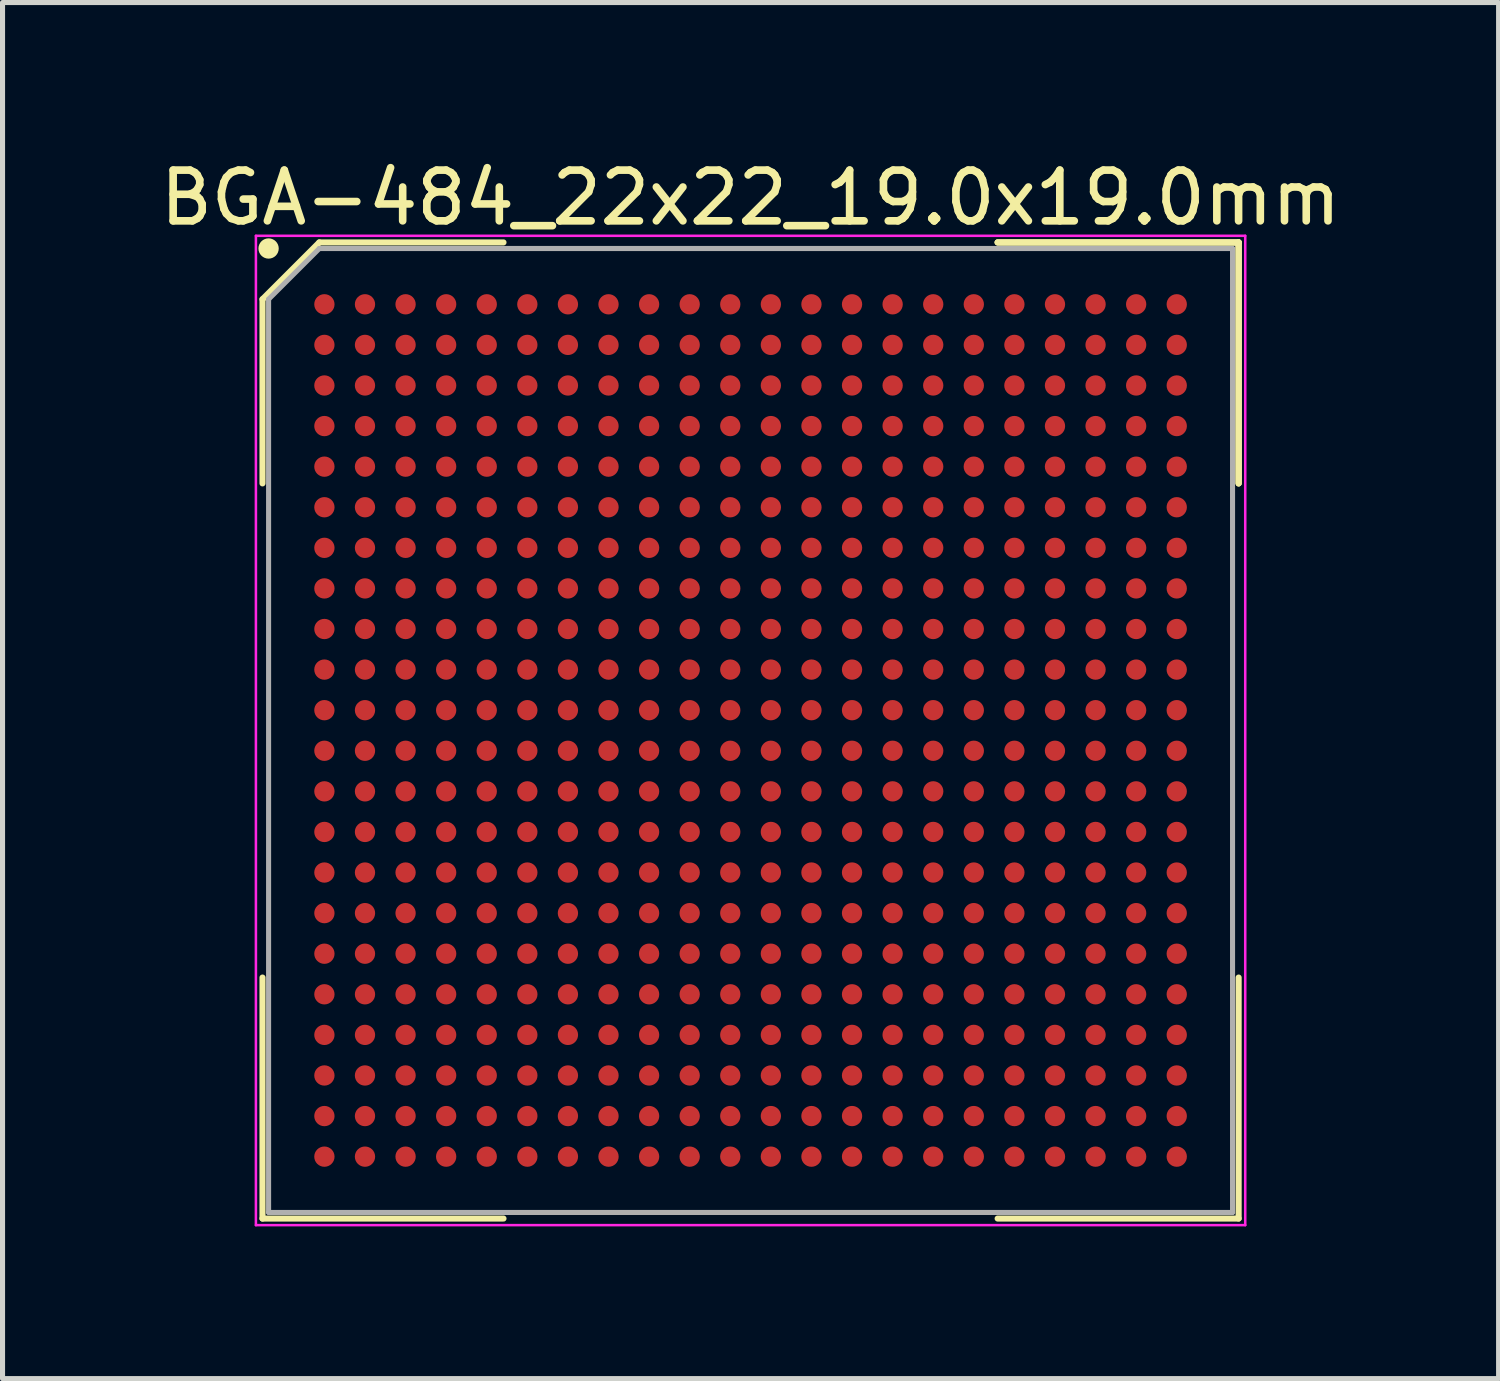
<source format=kicad_pcb>
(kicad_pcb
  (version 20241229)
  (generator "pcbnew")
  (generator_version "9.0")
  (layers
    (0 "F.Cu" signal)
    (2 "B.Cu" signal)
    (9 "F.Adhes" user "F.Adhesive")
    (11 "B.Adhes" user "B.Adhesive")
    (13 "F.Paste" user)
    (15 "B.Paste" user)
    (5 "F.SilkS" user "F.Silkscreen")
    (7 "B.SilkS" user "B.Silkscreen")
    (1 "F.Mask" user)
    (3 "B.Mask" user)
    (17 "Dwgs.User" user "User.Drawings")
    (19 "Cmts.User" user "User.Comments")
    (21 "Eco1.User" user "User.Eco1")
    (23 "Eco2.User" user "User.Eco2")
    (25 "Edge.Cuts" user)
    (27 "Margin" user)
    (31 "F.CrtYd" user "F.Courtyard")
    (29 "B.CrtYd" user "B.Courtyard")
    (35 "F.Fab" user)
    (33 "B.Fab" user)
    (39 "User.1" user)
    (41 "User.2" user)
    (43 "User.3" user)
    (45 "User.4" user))
  (footprint "BGA-484_22x22_19.0x19.0mm"
    (layer "F.Cu")
    (at 3.344 2.948)
    (property "Reference" "BGA-484_22x22_19.0x19.0mm" (at 8.4 -2.1 0) (layer "F.SilkS") (effects (font (size 1 1) (thickness 0.15))))
    (attr smd)
    (fp_line (start -1.22 -0.1) (end -1.22 3.53) (stroke (width 0.12) (type solid)) (layer "F.SilkS"))
    (fp_line (start -1.22 18.02) (end -1.22 13.27) (stroke (width 0.12) (type solid)) (layer "F.SilkS"))
    (fp_line (start -0.1 -1.22) (end -1.22 -0.1) (stroke (width 0.12) (type solid)) (layer "F.SilkS"))
    (fp_line (start 3.53 -1.22) (end -0.1 -1.22) (stroke (width 0.12) (type solid)) (layer "F.SilkS"))
    (fp_line (start 3.53 18.02) (end -1.22 18.02) (stroke (width 0.12) (type solid)) (layer "F.SilkS"))
    (fp_line (start 13.27 -1.22) (end 18.02 -1.22) (stroke (width 0.12) (type solid)) (layer "F.SilkS"))
    (fp_line (start 13.27 -1.22) (end 18.02 -1.22) (stroke (width 0.12) (type solid)) (layer "F.SilkS"))
    (fp_line (start 13.27 -1.22) (end 18.02 -1.22) (stroke (width 0.12) (type solid)) (layer "F.SilkS"))
    (fp_line (start 13.27 18.02) (end 18.02 18.02) (stroke (width 0.12) (type solid)) (layer "F.SilkS"))
    (fp_line (start 18.02 -1.22) (end 18.02 3.53) (stroke (width 0.12) (type solid)) (layer "F.SilkS"))
    (fp_line (start 18.02 -1.22) (end 18.02 3.53) (stroke (width 0.12) (type solid)) (layer "F.SilkS"))
    (fp_line (start 18.02 -1.22) (end 18.02 3.53) (stroke (width 0.12) (type solid)) (layer "F.SilkS"))
    (fp_line (start 18.02 18.02) (end 18.02 13.27) (stroke (width 0.12) (type solid)) (layer "F.SilkS"))
    (fp_circle (center -1.1 -1.1) (end -1.1 -1) (stroke (width 0.2) (type solid)) (fill no) (layer "F.SilkS"))
    (fp_line (start -1.35 -1.35) (end 18.15 -1.35) (stroke (width 0.05) (type solid)) (layer "F.CrtYd"))
    (fp_line (start -1.35 18.15) (end -1.35 -1.35) (stroke (width 0.05) (type solid)) (layer "F.CrtYd"))
    (fp_line (start 18.15 -1.35) (end 18.15 18.15) (stroke (width 0.05) (type solid)) (layer "F.CrtYd"))
    (fp_line (start 18.15 18.15) (end -1.35 18.15) (stroke (width 0.05) (type solid)) (layer "F.CrtYd"))
    (fp_line (start -1.1 -0.1) (end -1.1 17.9) (stroke (width 0.1) (type solid)) (layer "F.Fab"))
    (fp_line (start -1.1 17.9) (end 17.9 17.9) (stroke (width 0.1) (type solid)) (layer "F.Fab"))
    (fp_line (start -0.1 -1.1) (end -1.1 -0.1) (stroke (width 0.1) (type solid)) (layer "F.Fab"))
    (fp_line (start 17.9 -1.1) (end -0.1 -1.1) (stroke (width 0.1) (type solid)) (layer "F.Fab"))
    (fp_line (start 17.9 17.9) (end 17.9 -1.1) (stroke (width 0.1) (type solid)) (layer "F.Fab"))
    (pad "A1" smd circle (at 0 0) (size 0.4 0.4) (layers "F.Cu" "F.Mask" "F.Paste"))
    (pad "A2" smd circle (at 0.8 0) (size 0.4 0.4) (layers "F.Cu" "F.Mask" "F.Paste"))
    (pad "A3" smd circle (at 1.6 0) (size 0.4 0.4) (layers "F.Cu" "F.Mask" "F.Paste"))
    (pad "A4" smd circle (at 2.4 0) (size 0.4 0.4) (layers "F.Cu" "F.Mask" "F.Paste"))
    (pad "A5" smd circle (at 3.2 0) (size 0.4 0.4) (layers "F.Cu" "F.Mask" "F.Paste"))
    (pad "A6" smd circle (at 4 0) (size 0.4 0.4) (layers "F.Cu" "F.Mask" "F.Paste"))
    (pad "A7" smd circle (at 4.8 0) (size 0.4 0.4) (layers "F.Cu" "F.Mask" "F.Paste"))
    (pad "A8" smd circle (at 5.6 0) (size 0.4 0.4) (layers "F.Cu" "F.Mask" "F.Paste"))
    (pad "A9" smd circle (at 6.4 0) (size 0.4 0.4) (layers "F.Cu" "F.Mask" "F.Paste"))
    (pad "A10" smd circle (at 7.2 0) (size 0.4 0.4) (layers "F.Cu" "F.Mask" "F.Paste"))
    (pad "A11" smd circle (at 8 0) (size 0.4 0.4) (layers "F.Cu" "F.Mask" "F.Paste"))
    (pad "A12" smd circle (at 8.8 0) (size 0.4 0.4) (layers "F.Cu" "F.Mask" "F.Paste"))
    (pad "A13" smd circle (at 9.6 0) (size 0.4 0.4) (layers "F.Cu" "F.Mask" "F.Paste"))
    (pad "A14" smd circle (at 10.4 0) (size 0.4 0.4) (layers "F.Cu" "F.Mask" "F.Paste"))
    (pad "A15" smd circle (at 11.2 0) (size 0.4 0.4) (layers "F.Cu" "F.Mask" "F.Paste"))
    (pad "A16" smd circle (at 12 0) (size 0.4 0.4) (layers "F.Cu" "F.Mask" "F.Paste"))
    (pad "A17" smd circle (at 12.8 0) (size 0.4 0.4) (layers "F.Cu" "F.Mask" "F.Paste"))
    (pad "A18" smd circle (at 13.6 0) (size 0.4 0.4) (layers "F.Cu" "F.Mask" "F.Paste"))
    (pad "A19" smd circle (at 14.4 0) (size 0.4 0.4) (layers "F.Cu" "F.Mask" "F.Paste"))
    (pad "A20" smd circle (at 15.2 0) (size 0.4 0.4) (layers "F.Cu" "F.Mask" "F.Paste"))
    (pad "A21" smd circle (at 16 0) (size 0.4 0.4) (layers "F.Cu" "F.Mask" "F.Paste"))
    (pad "A22" smd circle (at 16.8 0) (size 0.4 0.4) (layers "F.Cu" "F.Mask" "F.Paste"))
    (pad "AA1" smd circle (at 0 16) (size 0.4 0.4) (layers "F.Cu" "F.Mask" "F.Paste"))
    (pad "AA2" smd circle (at 0.8 16) (size 0.4 0.4) (layers "F.Cu" "F.Mask" "F.Paste"))
    (pad "AA3" smd circle (at 1.6 16) (size 0.4 0.4) (layers "F.Cu" "F.Mask" "F.Paste"))
    (pad "AA4" smd circle (at 2.4 16) (size 0.4 0.4) (layers "F.Cu" "F.Mask" "F.Paste"))
    (pad "AA5" smd circle (at 3.2 16) (size 0.4 0.4) (layers "F.Cu" "F.Mask" "F.Paste"))
    (pad "AA6" smd circle (at 4 16) (size 0.4 0.4) (layers "F.Cu" "F.Mask" "F.Paste"))
    (pad "AA7" smd circle (at 4.8 16) (size 0.4 0.4) (layers "F.Cu" "F.Mask" "F.Paste"))
    (pad "AA8" smd circle (at 5.6 16) (size 0.4 0.4) (layers "F.Cu" "F.Mask" "F.Paste"))
    (pad "AA9" smd circle (at 6.4 16) (size 0.4 0.4) (layers "F.Cu" "F.Mask" "F.Paste"))
    (pad "AA10" smd circle (at 7.2 16) (size 0.4 0.4) (layers "F.Cu" "F.Mask" "F.Paste"))
    (pad "AA11" smd circle (at 8 16) (size 0.4 0.4) (layers "F.Cu" "F.Mask" "F.Paste"))
    (pad "AA12" smd circle (at 8.8 16) (size 0.4 0.4) (layers "F.Cu" "F.Mask" "F.Paste"))
    (pad "AA13" smd circle (at 9.6 16) (size 0.4 0.4) (layers "F.Cu" "F.Mask" "F.Paste"))
    (pad "AA14" smd circle (at 10.4 16) (size 0.4 0.4) (layers "F.Cu" "F.Mask" "F.Paste"))
    (pad "AA15" smd circle (at 11.2 16) (size 0.4 0.4) (layers "F.Cu" "F.Mask" "F.Paste"))
    (pad "AA16" smd circle (at 12 16) (size 0.4 0.4) (layers "F.Cu" "F.Mask" "F.Paste"))
    (pad "AA17" smd circle (at 12.8 16) (size 0.4 0.4) (layers "F.Cu" "F.Mask" "F.Paste"))
    (pad "AA18" smd circle (at 13.6 16) (size 0.4 0.4) (layers "F.Cu" "F.Mask" "F.Paste"))
    (pad "AA19" smd circle (at 14.4 16) (size 0.4 0.4) (layers "F.Cu" "F.Mask" "F.Paste"))
    (pad "AA20" smd circle (at 15.2 16) (size 0.4 0.4) (layers "F.Cu" "F.Mask" "F.Paste"))
    (pad "AA21" smd circle (at 16 16) (size 0.4 0.4) (layers "F.Cu" "F.Mask" "F.Paste"))
    (pad "AA22" smd circle (at 16.8 16) (size 0.4 0.4) (layers "F.Cu" "F.Mask" "F.Paste"))
    (pad "AB1" smd circle (at 0 16.8) (size 0.4 0.4) (layers "F.Cu" "F.Mask" "F.Paste"))
    (pad "AB2" smd circle (at 0.8 16.8) (size 0.4 0.4) (layers "F.Cu" "F.Mask" "F.Paste"))
    (pad "AB3" smd circle (at 1.6 16.8) (size 0.4 0.4) (layers "F.Cu" "F.Mask" "F.Paste"))
    (pad "AB4" smd circle (at 2.4 16.8) (size 0.4 0.4) (layers "F.Cu" "F.Mask" "F.Paste"))
    (pad "AB5" smd circle (at 3.2 16.8) (size 0.4 0.4) (layers "F.Cu" "F.Mask" "F.Paste"))
    (pad "AB6" smd circle (at 4 16.8) (size 0.4 0.4) (layers "F.Cu" "F.Mask" "F.Paste"))
    (pad "AB7" smd circle (at 4.8 16.8) (size 0.4 0.4) (layers "F.Cu" "F.Mask" "F.Paste"))
    (pad "AB8" smd circle (at 5.6 16.8) (size 0.4 0.4) (layers "F.Cu" "F.Mask" "F.Paste"))
    (pad "AB9" smd circle (at 6.4 16.8) (size 0.4 0.4) (layers "F.Cu" "F.Mask" "F.Paste"))
    (pad "AB10" smd circle (at 7.2 16.8) (size 0.4 0.4) (layers "F.Cu" "F.Mask" "F.Paste"))
    (pad "AB11" smd circle (at 8 16.8) (size 0.4 0.4) (layers "F.Cu" "F.Mask" "F.Paste"))
    (pad "AB12" smd circle (at 8.8 16.8) (size 0.4 0.4) (layers "F.Cu" "F.Mask" "F.Paste"))
    (pad "AB13" smd circle (at 9.6 16.8) (size 0.4 0.4) (layers "F.Cu" "F.Mask" "F.Paste"))
    (pad "AB14" smd circle (at 10.4 16.8) (size 0.4 0.4) (layers "F.Cu" "F.Mask" "F.Paste"))
    (pad "AB15" smd circle (at 11.2 16.8) (size 0.4 0.4) (layers "F.Cu" "F.Mask" "F.Paste"))
    (pad "AB16" smd circle (at 12 16.8) (size 0.4 0.4) (layers "F.Cu" "F.Mask" "F.Paste"))
    (pad "AB17" smd circle (at 12.8 16.8) (size 0.4 0.4) (layers "F.Cu" "F.Mask" "F.Paste"))
    (pad "AB18" smd circle (at 13.6 16.8) (size 0.4 0.4) (layers "F.Cu" "F.Mask" "F.Paste"))
    (pad "AB19" smd circle (at 14.4 16.8) (size 0.4 0.4) (layers "F.Cu" "F.Mask" "F.Paste"))
    (pad "AB20" smd circle (at 15.2 16.8) (size 0.4 0.4) (layers "F.Cu" "F.Mask" "F.Paste"))
    (pad "AB21" smd circle (at 16 16.8) (size 0.4 0.4) (layers "F.Cu" "F.Mask" "F.Paste"))
    (pad "AB22" smd circle (at 16.8 16.8) (size 0.4 0.4) (layers "F.Cu" "F.Mask" "F.Paste"))
    (pad "B1" smd circle (at 0 0.8) (size 0.4 0.4) (layers "F.Cu" "F.Mask" "F.Paste"))
    (pad "B2" smd circle (at 0.8 0.8) (size 0.4 0.4) (layers "F.Cu" "F.Mask" "F.Paste"))
    (pad "B3" smd circle (at 1.6 0.8) (size 0.4 0.4) (layers "F.Cu" "F.Mask" "F.Paste"))
    (pad "B4" smd circle (at 2.4 0.8) (size 0.4 0.4) (layers "F.Cu" "F.Mask" "F.Paste"))
    (pad "B5" smd circle (at 3.2 0.8) (size 0.4 0.4) (layers "F.Cu" "F.Mask" "F.Paste"))
    (pad "B6" smd circle (at 4 0.8) (size 0.4 0.4) (layers "F.Cu" "F.Mask" "F.Paste"))
    (pad "B7" smd circle (at 4.8 0.8) (size 0.4 0.4) (layers "F.Cu" "F.Mask" "F.Paste"))
    (pad "B8" smd circle (at 5.6 0.8) (size 0.4 0.4) (layers "F.Cu" "F.Mask" "F.Paste"))
    (pad "B9" smd circle (at 6.4 0.8) (size 0.4 0.4) (layers "F.Cu" "F.Mask" "F.Paste"))
    (pad "B10" smd circle (at 7.2 0.8) (size 0.4 0.4) (layers "F.Cu" "F.Mask" "F.Paste"))
    (pad "B11" smd circle (at 8 0.8) (size 0.4 0.4) (layers "F.Cu" "F.Mask" "F.Paste"))
    (pad "B12" smd circle (at 8.8 0.8) (size 0.4 0.4) (layers "F.Cu" "F.Mask" "F.Paste"))
    (pad "B13" smd circle (at 9.6 0.8) (size 0.4 0.4) (layers "F.Cu" "F.Mask" "F.Paste"))
    (pad "B14" smd circle (at 10.4 0.8) (size 0.4 0.4) (layers "F.Cu" "F.Mask" "F.Paste"))
    (pad "B15" smd circle (at 11.2 0.8) (size 0.4 0.4) (layers "F.Cu" "F.Mask" "F.Paste"))
    (pad "B16" smd circle (at 12 0.8) (size 0.4 0.4) (layers "F.Cu" "F.Mask" "F.Paste"))
    (pad "B17" smd circle (at 12.8 0.8) (size 0.4 0.4) (layers "F.Cu" "F.Mask" "F.Paste"))
    (pad "B18" smd circle (at 13.6 0.8) (size 0.4 0.4) (layers "F.Cu" "F.Mask" "F.Paste"))
    (pad "B19" smd circle (at 14.4 0.8) (size 0.4 0.4) (layers "F.Cu" "F.Mask" "F.Paste"))
    (pad "B20" smd circle (at 15.2 0.8) (size 0.4 0.4) (layers "F.Cu" "F.Mask" "F.Paste"))
    (pad "B21" smd circle (at 16 0.8) (size 0.4 0.4) (layers "F.Cu" "F.Mask" "F.Paste"))
    (pad "B22" smd circle (at 16.8 0.8) (size 0.4 0.4) (layers "F.Cu" "F.Mask" "F.Paste"))
    (pad "C1" smd circle (at 0 1.6) (size 0.4 0.4) (layers "F.Cu" "F.Mask" "F.Paste"))
    (pad "C2" smd circle (at 0.8 1.6) (size 0.4 0.4) (layers "F.Cu" "F.Mask" "F.Paste"))
    (pad "C3" smd circle (at 1.6 1.6) (size 0.4 0.4) (layers "F.Cu" "F.Mask" "F.Paste"))
    (pad "C4" smd circle (at 2.4 1.6) (size 0.4 0.4) (layers "F.Cu" "F.Mask" "F.Paste"))
    (pad "C5" smd circle (at 3.2 1.6) (size 0.4 0.4) (layers "F.Cu" "F.Mask" "F.Paste"))
    (pad "C6" smd circle (at 4 1.6) (size 0.4 0.4) (layers "F.Cu" "F.Mask" "F.Paste"))
    (pad "C7" smd circle (at 4.8 1.6) (size 0.4 0.4) (layers "F.Cu" "F.Mask" "F.Paste"))
    (pad "C8" smd circle (at 5.6 1.6) (size 0.4 0.4) (layers "F.Cu" "F.Mask" "F.Paste"))
    (pad "C9" smd circle (at 6.4 1.6) (size 0.4 0.4) (layers "F.Cu" "F.Mask" "F.Paste"))
    (pad "C10" smd circle (at 7.2 1.6) (size 0.4 0.4) (layers "F.Cu" "F.Mask" "F.Paste"))
    (pad "C11" smd circle (at 8 1.6) (size 0.4 0.4) (layers "F.Cu" "F.Mask" "F.Paste"))
    (pad "C12" smd circle (at 8.8 1.6) (size 0.4 0.4) (layers "F.Cu" "F.Mask" "F.Paste"))
    (pad "C13" smd circle (at 9.6 1.6) (size 0.4 0.4) (layers "F.Cu" "F.Mask" "F.Paste"))
    (pad "C14" smd circle (at 10.4 1.6) (size 0.4 0.4) (layers "F.Cu" "F.Mask" "F.Paste"))
    (pad "C15" smd circle (at 11.2 1.6) (size 0.4 0.4) (layers "F.Cu" "F.Mask" "F.Paste"))
    (pad "C16" smd circle (at 12 1.6) (size 0.4 0.4) (layers "F.Cu" "F.Mask" "F.Paste"))
    (pad "C17" smd circle (at 12.8 1.6) (size 0.4 0.4) (layers "F.Cu" "F.Mask" "F.Paste"))
    (pad "C18" smd circle (at 13.6 1.6) (size 0.4 0.4) (layers "F.Cu" "F.Mask" "F.Paste"))
    (pad "C19" smd circle (at 14.4 1.6) (size 0.4 0.4) (layers "F.Cu" "F.Mask" "F.Paste"))
    (pad "C20" smd circle (at 15.2 1.6) (size 0.4 0.4) (layers "F.Cu" "F.Mask" "F.Paste"))
    (pad "C21" smd circle (at 16 1.6) (size 0.4 0.4) (layers "F.Cu" "F.Mask" "F.Paste"))
    (pad "C22" smd circle (at 16.8 1.6) (size 0.4 0.4) (layers "F.Cu" "F.Mask" "F.Paste"))
    (pad "D1" smd circle (at 0 2.4) (size 0.4 0.4) (layers "F.Cu" "F.Mask" "F.Paste"))
    (pad "D2" smd circle (at 0.8 2.4) (size 0.4 0.4) (layers "F.Cu" "F.Mask" "F.Paste"))
    (pad "D3" smd circle (at 1.6 2.4) (size 0.4 0.4) (layers "F.Cu" "F.Mask" "F.Paste"))
    (pad "D4" smd circle (at 2.4 2.4) (size 0.4 0.4) (layers "F.Cu" "F.Mask" "F.Paste"))
    (pad "D5" smd circle (at 3.2 2.4) (size 0.4 0.4) (layers "F.Cu" "F.Mask" "F.Paste"))
    (pad "D6" smd circle (at 4 2.4) (size 0.4 0.4) (layers "F.Cu" "F.Mask" "F.Paste"))
    (pad "D7" smd circle (at 4.8 2.4) (size 0.4 0.4) (layers "F.Cu" "F.Mask" "F.Paste"))
    (pad "D8" smd circle (at 5.6 2.4) (size 0.4 0.4) (layers "F.Cu" "F.Mask" "F.Paste"))
    (pad "D9" smd circle (at 6.4 2.4) (size 0.4 0.4) (layers "F.Cu" "F.Mask" "F.Paste"))
    (pad "D10" smd circle (at 7.2 2.4) (size 0.4 0.4) (layers "F.Cu" "F.Mask" "F.Paste"))
    (pad "D11" smd circle (at 8 2.4) (size 0.4 0.4) (layers "F.Cu" "F.Mask" "F.Paste"))
    (pad "D12" smd circle (at 8.8 2.4) (size 0.4 0.4) (layers "F.Cu" "F.Mask" "F.Paste"))
    (pad "D13" smd circle (at 9.6 2.4) (size 0.4 0.4) (layers "F.Cu" "F.Mask" "F.Paste"))
    (pad "D14" smd circle (at 10.4 2.4) (size 0.4 0.4) (layers "F.Cu" "F.Mask" "F.Paste"))
    (pad "D15" smd circle (at 11.2 2.4) (size 0.4 0.4) (layers "F.Cu" "F.Mask" "F.Paste"))
    (pad "D16" smd circle (at 12 2.4) (size 0.4 0.4) (layers "F.Cu" "F.Mask" "F.Paste"))
    (pad "D17" smd circle (at 12.8 2.4) (size 0.4 0.4) (layers "F.Cu" "F.Mask" "F.Paste"))
    (pad "D18" smd circle (at 13.6 2.4) (size 0.4 0.4) (layers "F.Cu" "F.Mask" "F.Paste"))
    (pad "D19" smd circle (at 14.4 2.4) (size 0.4 0.4) (layers "F.Cu" "F.Mask" "F.Paste"))
    (pad "D20" smd circle (at 15.2 2.4) (size 0.4 0.4) (layers "F.Cu" "F.Mask" "F.Paste"))
    (pad "D21" smd circle (at 16 2.4) (size 0.4 0.4) (layers "F.Cu" "F.Mask" "F.Paste"))
    (pad "D22" smd circle (at 16.8 2.4) (size 0.4 0.4) (layers "F.Cu" "F.Mask" "F.Paste"))
    (pad "E1" smd circle (at 0 3.2) (size 0.4 0.4) (layers "F.Cu" "F.Mask" "F.Paste"))
    (pad "E2" smd circle (at 0.8 3.2) (size 0.4 0.4) (layers "F.Cu" "F.Mask" "F.Paste"))
    (pad "E3" smd circle (at 1.6 3.2) (size 0.4 0.4) (layers "F.Cu" "F.Mask" "F.Paste"))
    (pad "E4" smd circle (at 2.4 3.2) (size 0.4 0.4) (layers "F.Cu" "F.Mask" "F.Paste"))
    (pad "E5" smd circle (at 3.2 3.2) (size 0.4 0.4) (layers "F.Cu" "F.Mask" "F.Paste"))
    (pad "E6" smd circle (at 4 3.2) (size 0.4 0.4) (layers "F.Cu" "F.Mask" "F.Paste"))
    (pad "E7" smd circle (at 4.8 3.2) (size 0.4 0.4) (layers "F.Cu" "F.Mask" "F.Paste"))
    (pad "E8" smd circle (at 5.6 3.2) (size 0.4 0.4) (layers "F.Cu" "F.Mask" "F.Paste"))
    (pad "E9" smd circle (at 6.4 3.2) (size 0.4 0.4) (layers "F.Cu" "F.Mask" "F.Paste"))
    (pad "E10" smd circle (at 7.2 3.2) (size 0.4 0.4) (layers "F.Cu" "F.Mask" "F.Paste"))
    (pad "E11" smd circle (at 8 3.2) (size 0.4 0.4) (layers "F.Cu" "F.Mask" "F.Paste"))
    (pad "E12" smd circle (at 8.8 3.2) (size 0.4 0.4) (layers "F.Cu" "F.Mask" "F.Paste"))
    (pad "E13" smd circle (at 9.6 3.2) (size 0.4 0.4) (layers "F.Cu" "F.Mask" "F.Paste"))
    (pad "E14" smd circle (at 10.4 3.2) (size 0.4 0.4) (layers "F.Cu" "F.Mask" "F.Paste"))
    (pad "E15" smd circle (at 11.2 3.2) (size 0.4 0.4) (layers "F.Cu" "F.Mask" "F.Paste"))
    (pad "E16" smd circle (at 12 3.2) (size 0.4 0.4) (layers "F.Cu" "F.Mask" "F.Paste"))
    (pad "E17" smd circle (at 12.8 3.2) (size 0.4 0.4) (layers "F.Cu" "F.Mask" "F.Paste"))
    (pad "E18" smd circle (at 13.6 3.2) (size 0.4 0.4) (layers "F.Cu" "F.Mask" "F.Paste"))
    (pad "E19" smd circle (at 14.4 3.2) (size 0.4 0.4) (layers "F.Cu" "F.Mask" "F.Paste"))
    (pad "E20" smd circle (at 15.2 3.2) (size 0.4 0.4) (layers "F.Cu" "F.Mask" "F.Paste"))
    (pad "E21" smd circle (at 16 3.2) (size 0.4 0.4) (layers "F.Cu" "F.Mask" "F.Paste"))
    (pad "E22" smd circle (at 16.8 3.2) (size 0.4 0.4) (layers "F.Cu" "F.Mask" "F.Paste"))
    (pad "F1" smd circle (at 0 4) (size 0.4 0.4) (layers "F.Cu" "F.Mask" "F.Paste"))
    (pad "F2" smd circle (at 0.8 4) (size 0.4 0.4) (layers "F.Cu" "F.Mask" "F.Paste"))
    (pad "F3" smd circle (at 1.6 4) (size 0.4 0.4) (layers "F.Cu" "F.Mask" "F.Paste"))
    (pad "F4" smd circle (at 2.4 4) (size 0.4 0.4) (layers "F.Cu" "F.Mask" "F.Paste"))
    (pad "F5" smd circle (at 3.2 4) (size 0.4 0.4) (layers "F.Cu" "F.Mask" "F.Paste"))
    (pad "F6" smd circle (at 4 4) (size 0.4 0.4) (layers "F.Cu" "F.Mask" "F.Paste"))
    (pad "F7" smd circle (at 4.8 4) (size 0.4 0.4) (layers "F.Cu" "F.Mask" "F.Paste"))
    (pad "F8" smd circle (at 5.6 4) (size 0.4 0.4) (layers "F.Cu" "F.Mask" "F.Paste"))
    (pad "F9" smd circle (at 6.4 4) (size 0.4 0.4) (layers "F.Cu" "F.Mask" "F.Paste"))
    (pad "F10" smd circle (at 7.2 4) (size 0.4 0.4) (layers "F.Cu" "F.Mask" "F.Paste"))
    (pad "F11" smd circle (at 8 4) (size 0.4 0.4) (layers "F.Cu" "F.Mask" "F.Paste"))
    (pad "F12" smd circle (at 8.8 4) (size 0.4 0.4) (layers "F.Cu" "F.Mask" "F.Paste"))
    (pad "F13" smd circle (at 9.6 4) (size 0.4 0.4) (layers "F.Cu" "F.Mask" "F.Paste"))
    (pad "F14" smd circle (at 10.4 4) (size 0.4 0.4) (layers "F.Cu" "F.Mask" "F.Paste"))
    (pad "F15" smd circle (at 11.2 4) (size 0.4 0.4) (layers "F.Cu" "F.Mask" "F.Paste"))
    (pad "F16" smd circle (at 12 4) (size 0.4 0.4) (layers "F.Cu" "F.Mask" "F.Paste"))
    (pad "F17" smd circle (at 12.8 4) (size 0.4 0.4) (layers "F.Cu" "F.Mask" "F.Paste"))
    (pad "F18" smd circle (at 13.6 4) (size 0.4 0.4) (layers "F.Cu" "F.Mask" "F.Paste"))
    (pad "F19" smd circle (at 14.4 4) (size 0.4 0.4) (layers "F.Cu" "F.Mask" "F.Paste"))
    (pad "F20" smd circle (at 15.2 4) (size 0.4 0.4) (layers "F.Cu" "F.Mask" "F.Paste"))
    (pad "F21" smd circle (at 16 4) (size 0.4 0.4) (layers "F.Cu" "F.Mask" "F.Paste"))
    (pad "F22" smd circle (at 16.8 4) (size 0.4 0.4) (layers "F.Cu" "F.Mask" "F.Paste"))
    (pad "G1" smd circle (at 0 4.8) (size 0.4 0.4) (layers "F.Cu" "F.Mask" "F.Paste"))
    (pad "G2" smd circle (at 0.8 4.8) (size 0.4 0.4) (layers "F.Cu" "F.Mask" "F.Paste"))
    (pad "G3" smd circle (at 1.6 4.8) (size 0.4 0.4) (layers "F.Cu" "F.Mask" "F.Paste"))
    (pad "G4" smd circle (at 2.4 4.8) (size 0.4 0.4) (layers "F.Cu" "F.Mask" "F.Paste"))
    (pad "G5" smd circle (at 3.2 4.8) (size 0.4 0.4) (layers "F.Cu" "F.Mask" "F.Paste"))
    (pad "G6" smd circle (at 4 4.8) (size 0.4 0.4) (layers "F.Cu" "F.Mask" "F.Paste"))
    (pad "G7" smd circle (at 4.8 4.8) (size 0.4 0.4) (layers "F.Cu" "F.Mask" "F.Paste"))
    (pad "G8" smd circle (at 5.6 4.8) (size 0.4 0.4) (layers "F.Cu" "F.Mask" "F.Paste"))
    (pad "G9" smd circle (at 6.4 4.8) (size 0.4 0.4) (layers "F.Cu" "F.Mask" "F.Paste"))
    (pad "G10" smd circle (at 7.2 4.8) (size 0.4 0.4) (layers "F.Cu" "F.Mask" "F.Paste"))
    (pad "G11" smd circle (at 8 4.8) (size 0.4 0.4) (layers "F.Cu" "F.Mask" "F.Paste"))
    (pad "G12" smd circle (at 8.8 4.8) (size 0.4 0.4) (layers "F.Cu" "F.Mask" "F.Paste"))
    (pad "G13" smd circle (at 9.6 4.8) (size 0.4 0.4) (layers "F.Cu" "F.Mask" "F.Paste"))
    (pad "G14" smd circle (at 10.4 4.8) (size 0.4 0.4) (layers "F.Cu" "F.Mask" "F.Paste"))
    (pad "G15" smd circle (at 11.2 4.8) (size 0.4 0.4) (layers "F.Cu" "F.Mask" "F.Paste"))
    (pad "G16" smd circle (at 12 4.8) (size 0.4 0.4) (layers "F.Cu" "F.Mask" "F.Paste"))
    (pad "G17" smd circle (at 12.8 4.8) (size 0.4 0.4) (layers "F.Cu" "F.Mask" "F.Paste"))
    (pad "G18" smd circle (at 13.6 4.8) (size 0.4 0.4) (layers "F.Cu" "F.Mask" "F.Paste"))
    (pad "G19" smd circle (at 14.4 4.8) (size 0.4 0.4) (layers "F.Cu" "F.Mask" "F.Paste"))
    (pad "G20" smd circle (at 15.2 4.8) (size 0.4 0.4) (layers "F.Cu" "F.Mask" "F.Paste"))
    (pad "G21" smd circle (at 16 4.8) (size 0.4 0.4) (layers "F.Cu" "F.Mask" "F.Paste"))
    (pad "G22" smd circle (at 16.8 4.8) (size 0.4 0.4) (layers "F.Cu" "F.Mask" "F.Paste"))
    (pad "H1" smd circle (at 0 5.6) (size 0.4 0.4) (layers "F.Cu" "F.Mask" "F.Paste"))
    (pad "H2" smd circle (at 0.8 5.6) (size 0.4 0.4) (layers "F.Cu" "F.Mask" "F.Paste"))
    (pad "H3" smd circle (at 1.6 5.6) (size 0.4 0.4) (layers "F.Cu" "F.Mask" "F.Paste"))
    (pad "H4" smd circle (at 2.4 5.6) (size 0.4 0.4) (layers "F.Cu" "F.Mask" "F.Paste"))
    (pad "H5" smd circle (at 3.2 5.6) (size 0.4 0.4) (layers "F.Cu" "F.Mask" "F.Paste"))
    (pad "H6" smd circle (at 4 5.6) (size 0.4 0.4) (layers "F.Cu" "F.Mask" "F.Paste"))
    (pad "H7" smd circle (at 4.8 5.6) (size 0.4 0.4) (layers "F.Cu" "F.Mask" "F.Paste"))
    (pad "H8" smd circle (at 5.6 5.6) (size 0.4 0.4) (layers "F.Cu" "F.Mask" "F.Paste"))
    (pad "H9" smd circle (at 6.4 5.6) (size 0.4 0.4) (layers "F.Cu" "F.Mask" "F.Paste"))
    (pad "H10" smd circle (at 7.2 5.6) (size 0.4 0.4) (layers "F.Cu" "F.Mask" "F.Paste"))
    (pad "H11" smd circle (at 8 5.6) (size 0.4 0.4) (layers "F.Cu" "F.Mask" "F.Paste"))
    (pad "H12" smd circle (at 8.8 5.6) (size 0.4 0.4) (layers "F.Cu" "F.Mask" "F.Paste"))
    (pad "H13" smd circle (at 9.6 5.6) (size 0.4 0.4) (layers "F.Cu" "F.Mask" "F.Paste"))
    (pad "H14" smd circle (at 10.4 5.6) (size 0.4 0.4) (layers "F.Cu" "F.Mask" "F.Paste"))
    (pad "H15" smd circle (at 11.2 5.6) (size 0.4 0.4) (layers "F.Cu" "F.Mask" "F.Paste"))
    (pad "H16" smd circle (at 12 5.6) (size 0.4 0.4) (layers "F.Cu" "F.Mask" "F.Paste"))
    (pad "H17" smd circle (at 12.8 5.6) (size 0.4 0.4) (layers "F.Cu" "F.Mask" "F.Paste"))
    (pad "H18" smd circle (at 13.6 5.6) (size 0.4 0.4) (layers "F.Cu" "F.Mask" "F.Paste"))
    (pad "H19" smd circle (at 14.4 5.6) (size 0.4 0.4) (layers "F.Cu" "F.Mask" "F.Paste"))
    (pad "H20" smd circle (at 15.2 5.6) (size 0.4 0.4) (layers "F.Cu" "F.Mask" "F.Paste"))
    (pad "H21" smd circle (at 16 5.6) (size 0.4 0.4) (layers "F.Cu" "F.Mask" "F.Paste"))
    (pad "H22" smd circle (at 16.8 5.6) (size 0.4 0.4) (layers "F.Cu" "F.Mask" "F.Paste"))
    (pad "J1" smd circle (at 0 6.4) (size 0.4 0.4) (layers "F.Cu" "F.Mask" "F.Paste"))
    (pad "J2" smd circle (at 0.8 6.4) (size 0.4 0.4) (layers "F.Cu" "F.Mask" "F.Paste"))
    (pad "J3" smd circle (at 1.6 6.4) (size 0.4 0.4) (layers "F.Cu" "F.Mask" "F.Paste"))
    (pad "J4" smd circle (at 2.4 6.4) (size 0.4 0.4) (layers "F.Cu" "F.Mask" "F.Paste"))
    (pad "J5" smd circle (at 3.2 6.4) (size 0.4 0.4) (layers "F.Cu" "F.Mask" "F.Paste"))
    (pad "J6" smd circle (at 4 6.4) (size 0.4 0.4) (layers "F.Cu" "F.Mask" "F.Paste"))
    (pad "J7" smd circle (at 4.8 6.4) (size 0.4 0.4) (layers "F.Cu" "F.Mask" "F.Paste"))
    (pad "J8" smd circle (at 5.6 6.4) (size 0.4 0.4) (layers "F.Cu" "F.Mask" "F.Paste"))
    (pad "J9" smd circle (at 6.4 6.4) (size 0.4 0.4) (layers "F.Cu" "F.Mask" "F.Paste"))
    (pad "J10" smd circle (at 7.2 6.4) (size 0.4 0.4) (layers "F.Cu" "F.Mask" "F.Paste"))
    (pad "J11" smd circle (at 8 6.4) (size 0.4 0.4) (layers "F.Cu" "F.Mask" "F.Paste"))
    (pad "J12" smd circle (at 8.8 6.4) (size 0.4 0.4) (layers "F.Cu" "F.Mask" "F.Paste"))
    (pad "J13" smd circle (at 9.6 6.4) (size 0.4 0.4) (layers "F.Cu" "F.Mask" "F.Paste"))
    (pad "J14" smd circle (at 10.4 6.4) (size 0.4 0.4) (layers "F.Cu" "F.Mask" "F.Paste"))
    (pad "J15" smd circle (at 11.2 6.4) (size 0.4 0.4) (layers "F.Cu" "F.Mask" "F.Paste"))
    (pad "J16" smd circle (at 12 6.4) (size 0.4 0.4) (layers "F.Cu" "F.Mask" "F.Paste"))
    (pad "J17" smd circle (at 12.8 6.4) (size 0.4 0.4) (layers "F.Cu" "F.Mask" "F.Paste"))
    (pad "J18" smd circle (at 13.6 6.4) (size 0.4 0.4) (layers "F.Cu" "F.Mask" "F.Paste"))
    (pad "J19" smd circle (at 14.4 6.4) (size 0.4 0.4) (layers "F.Cu" "F.Mask" "F.Paste"))
    (pad "J20" smd circle (at 15.2 6.4) (size 0.4 0.4) (layers "F.Cu" "F.Mask" "F.Paste"))
    (pad "J21" smd circle (at 16 6.4) (size 0.4 0.4) (layers "F.Cu" "F.Mask" "F.Paste"))
    (pad "J22" smd circle (at 16.8 6.4) (size 0.4 0.4) (layers "F.Cu" "F.Mask" "F.Paste"))
    (pad "K1" smd circle (at 0 7.2) (size 0.4 0.4) (layers "F.Cu" "F.Mask" "F.Paste"))
    (pad "K2" smd circle (at 0.8 7.2) (size 0.4 0.4) (layers "F.Cu" "F.Mask" "F.Paste"))
    (pad "K3" smd circle (at 1.6 7.2) (size 0.4 0.4) (layers "F.Cu" "F.Mask" "F.Paste"))
    (pad "K4" smd circle (at 2.4 7.2) (size 0.4 0.4) (layers "F.Cu" "F.Mask" "F.Paste"))
    (pad "K5" smd circle (at 3.2 7.2) (size 0.4 0.4) (layers "F.Cu" "F.Mask" "F.Paste"))
    (pad "K6" smd circle (at 4 7.2) (size 0.4 0.4) (layers "F.Cu" "F.Mask" "F.Paste"))
    (pad "K7" smd circle (at 4.8 7.2) (size 0.4 0.4) (layers "F.Cu" "F.Mask" "F.Paste"))
    (pad "K8" smd circle (at 5.6 7.2) (size 0.4 0.4) (layers "F.Cu" "F.Mask" "F.Paste"))
    (pad "K9" smd circle (at 6.4 7.2) (size 0.4 0.4) (layers "F.Cu" "F.Mask" "F.Paste"))
    (pad "K10" smd circle (at 7.2 7.2) (size 0.4 0.4) (layers "F.Cu" "F.Mask" "F.Paste"))
    (pad "K11" smd circle (at 8 7.2) (size 0.4 0.4) (layers "F.Cu" "F.Mask" "F.Paste"))
    (pad "K12" smd circle (at 8.8 7.2) (size 0.4 0.4) (layers "F.Cu" "F.Mask" "F.Paste"))
    (pad "K13" smd circle (at 9.6 7.2) (size 0.4 0.4) (layers "F.Cu" "F.Mask" "F.Paste"))
    (pad "K14" smd circle (at 10.4 7.2) (size 0.4 0.4) (layers "F.Cu" "F.Mask" "F.Paste"))
    (pad "K15" smd circle (at 11.2 7.2) (size 0.4 0.4) (layers "F.Cu" "F.Mask" "F.Paste"))
    (pad "K16" smd circle (at 12 7.2) (size 0.4 0.4) (layers "F.Cu" "F.Mask" "F.Paste"))
    (pad "K17" smd circle (at 12.8 7.2) (size 0.4 0.4) (layers "F.Cu" "F.Mask" "F.Paste"))
    (pad "K18" smd circle (at 13.6 7.2) (size 0.4 0.4) (layers "F.Cu" "F.Mask" "F.Paste"))
    (pad "K19" smd circle (at 14.4 7.2) (size 0.4 0.4) (layers "F.Cu" "F.Mask" "F.Paste"))
    (pad "K20" smd circle (at 15.2 7.2) (size 0.4 0.4) (layers "F.Cu" "F.Mask" "F.Paste"))
    (pad "K21" smd circle (at 16 7.2) (size 0.4 0.4) (layers "F.Cu" "F.Mask" "F.Paste"))
    (pad "K22" smd circle (at 16.8 7.2) (size 0.4 0.4) (layers "F.Cu" "F.Mask" "F.Paste"))
    (pad "L1" smd circle (at 0 8) (size 0.4 0.4) (layers "F.Cu" "F.Mask" "F.Paste"))
    (pad "L2" smd circle (at 0.8 8) (size 0.4 0.4) (layers "F.Cu" "F.Mask" "F.Paste"))
    (pad "L3" smd circle (at 1.6 8) (size 0.4 0.4) (layers "F.Cu" "F.Mask" "F.Paste"))
    (pad "L4" smd circle (at 2.4 8) (size 0.4 0.4) (layers "F.Cu" "F.Mask" "F.Paste"))
    (pad "L5" smd circle (at 3.2 8) (size 0.4 0.4) (layers "F.Cu" "F.Mask" "F.Paste"))
    (pad "L6" smd circle (at 4 8) (size 0.4 0.4) (layers "F.Cu" "F.Mask" "F.Paste"))
    (pad "L7" smd circle (at 4.8 8) (size 0.4 0.4) (layers "F.Cu" "F.Mask" "F.Paste"))
    (pad "L8" smd circle (at 5.6 8) (size 0.4 0.4) (layers "F.Cu" "F.Mask" "F.Paste"))
    (pad "L9" smd circle (at 6.4 8) (size 0.4 0.4) (layers "F.Cu" "F.Mask" "F.Paste"))
    (pad "L10" smd circle (at 7.2 8) (size 0.4 0.4) (layers "F.Cu" "F.Mask" "F.Paste"))
    (pad "L11" smd circle (at 8 8) (size 0.4 0.4) (layers "F.Cu" "F.Mask" "F.Paste"))
    (pad "L12" smd circle (at 8.8 8) (size 0.4 0.4) (layers "F.Cu" "F.Mask" "F.Paste"))
    (pad "L13" smd circle (at 9.6 8) (size 0.4 0.4) (layers "F.Cu" "F.Mask" "F.Paste"))
    (pad "L14" smd circle (at 10.4 8) (size 0.4 0.4) (layers "F.Cu" "F.Mask" "F.Paste"))
    (pad "L15" smd circle (at 11.2 8) (size 0.4 0.4) (layers "F.Cu" "F.Mask" "F.Paste"))
    (pad "L16" smd circle (at 12 8) (size 0.4 0.4) (layers "F.Cu" "F.Mask" "F.Paste"))
    (pad "L17" smd circle (at 12.8 8) (size 0.4 0.4) (layers "F.Cu" "F.Mask" "F.Paste"))
    (pad "L18" smd circle (at 13.6 8) (size 0.4 0.4) (layers "F.Cu" "F.Mask" "F.Paste"))
    (pad "L19" smd circle (at 14.4 8) (size 0.4 0.4) (layers "F.Cu" "F.Mask" "F.Paste"))
    (pad "L20" smd circle (at 15.2 8) (size 0.4 0.4) (layers "F.Cu" "F.Mask" "F.Paste"))
    (pad "L21" smd circle (at 16 8) (size 0.4 0.4) (layers "F.Cu" "F.Mask" "F.Paste"))
    (pad "L22" smd circle (at 16.8 8) (size 0.4 0.4) (layers "F.Cu" "F.Mask" "F.Paste"))
    (pad "M1" smd circle (at 0 8.8) (size 0.4 0.4) (layers "F.Cu" "F.Mask" "F.Paste"))
    (pad "M2" smd circle (at 0.8 8.8) (size 0.4 0.4) (layers "F.Cu" "F.Mask" "F.Paste"))
    (pad "M3" smd circle (at 1.6 8.8) (size 0.4 0.4) (layers "F.Cu" "F.Mask" "F.Paste"))
    (pad "M4" smd circle (at 2.4 8.8) (size 0.4 0.4) (layers "F.Cu" "F.Mask" "F.Paste"))
    (pad "M5" smd circle (at 3.2 8.8) (size 0.4 0.4) (layers "F.Cu" "F.Mask" "F.Paste"))
    (pad "M6" smd circle (at 4 8.8) (size 0.4 0.4) (layers "F.Cu" "F.Mask" "F.Paste"))
    (pad "M7" smd circle (at 4.8 8.8) (size 0.4 0.4) (layers "F.Cu" "F.Mask" "F.Paste"))
    (pad "M8" smd circle (at 5.6 8.8) (size 0.4 0.4) (layers "F.Cu" "F.Mask" "F.Paste"))
    (pad "M9" smd circle (at 6.4 8.8) (size 0.4 0.4) (layers "F.Cu" "F.Mask" "F.Paste"))
    (pad "M10" smd circle (at 7.2 8.8) (size 0.4 0.4) (layers "F.Cu" "F.Mask" "F.Paste"))
    (pad "M11" smd circle (at 8 8.8) (size 0.4 0.4) (layers "F.Cu" "F.Mask" "F.Paste"))
    (pad "M12" smd circle (at 8.8 8.8) (size 0.4 0.4) (layers "F.Cu" "F.Mask" "F.Paste"))
    (pad "M13" smd circle (at 9.6 8.8) (size 0.4 0.4) (layers "F.Cu" "F.Mask" "F.Paste"))
    (pad "M14" smd circle (at 10.4 8.8) (size 0.4 0.4) (layers "F.Cu" "F.Mask" "F.Paste"))
    (pad "M15" smd circle (at 11.2 8.8) (size 0.4 0.4) (layers "F.Cu" "F.Mask" "F.Paste"))
    (pad "M16" smd circle (at 12 8.8) (size 0.4 0.4) (layers "F.Cu" "F.Mask" "F.Paste"))
    (pad "M17" smd circle (at 12.8 8.8) (size 0.4 0.4) (layers "F.Cu" "F.Mask" "F.Paste"))
    (pad "M18" smd circle (at 13.6 8.8) (size 0.4 0.4) (layers "F.Cu" "F.Mask" "F.Paste"))
    (pad "M19" smd circle (at 14.4 8.8) (size 0.4 0.4) (layers "F.Cu" "F.Mask" "F.Paste"))
    (pad "M20" smd circle (at 15.2 8.8) (size 0.4 0.4) (layers "F.Cu" "F.Mask" "F.Paste"))
    (pad "M21" smd circle (at 16 8.8) (size 0.4 0.4) (layers "F.Cu" "F.Mask" "F.Paste"))
    (pad "M22" smd circle (at 16.8 8.8) (size 0.4 0.4) (layers "F.Cu" "F.Mask" "F.Paste"))
    (pad "N1" smd circle (at 0 9.6) (size 0.4 0.4) (layers "F.Cu" "F.Mask" "F.Paste"))
    (pad "N2" smd circle (at 0.8 9.6) (size 0.4 0.4) (layers "F.Cu" "F.Mask" "F.Paste"))
    (pad "N3" smd circle (at 1.6 9.6) (size 0.4 0.4) (layers "F.Cu" "F.Mask" "F.Paste"))
    (pad "N4" smd circle (at 2.4 9.6) (size 0.4 0.4) (layers "F.Cu" "F.Mask" "F.Paste"))
    (pad "N5" smd circle (at 3.2 9.6) (size 0.4 0.4) (layers "F.Cu" "F.Mask" "F.Paste"))
    (pad "N6" smd circle (at 4 9.6) (size 0.4 0.4) (layers "F.Cu" "F.Mask" "F.Paste"))
    (pad "N7" smd circle (at 4.8 9.6) (size 0.4 0.4) (layers "F.Cu" "F.Mask" "F.Paste"))
    (pad "N8" smd circle (at 5.6 9.6) (size 0.4 0.4) (layers "F.Cu" "F.Mask" "F.Paste"))
    (pad "N9" smd circle (at 6.4 9.6) (size 0.4 0.4) (layers "F.Cu" "F.Mask" "F.Paste"))
    (pad "N10" smd circle (at 7.2 9.6) (size 0.4 0.4) (layers "F.Cu" "F.Mask" "F.Paste"))
    (pad "N11" smd circle (at 8 9.6) (size 0.4 0.4) (layers "F.Cu" "F.Mask" "F.Paste"))
    (pad "N12" smd circle (at 8.8 9.6) (size 0.4 0.4) (layers "F.Cu" "F.Mask" "F.Paste"))
    (pad "N13" smd circle (at 9.6 9.6) (size 0.4 0.4) (layers "F.Cu" "F.Mask" "F.Paste"))
    (pad "N14" smd circle (at 10.4 9.6) (size 0.4 0.4) (layers "F.Cu" "F.Mask" "F.Paste"))
    (pad "N15" smd circle (at 11.2 9.6) (size 0.4 0.4) (layers "F.Cu" "F.Mask" "F.Paste"))
    (pad "N16" smd circle (at 12 9.6) (size 0.4 0.4) (layers "F.Cu" "F.Mask" "F.Paste"))
    (pad "N17" smd circle (at 12.8 9.6) (size 0.4 0.4) (layers "F.Cu" "F.Mask" "F.Paste"))
    (pad "N18" smd circle (at 13.6 9.6) (size 0.4 0.4) (layers "F.Cu" "F.Mask" "F.Paste"))
    (pad "N19" smd circle (at 14.4 9.6) (size 0.4 0.4) (layers "F.Cu" "F.Mask" "F.Paste"))
    (pad "N20" smd circle (at 15.2 9.6) (size 0.4 0.4) (layers "F.Cu" "F.Mask" "F.Paste"))
    (pad "N21" smd circle (at 16 9.6) (size 0.4 0.4) (layers "F.Cu" "F.Mask" "F.Paste"))
    (pad "N22" smd circle (at 16.8 9.6) (size 0.4 0.4) (layers "F.Cu" "F.Mask" "F.Paste"))
    (pad "P1" smd circle (at 0 10.4) (size 0.4 0.4) (layers "F.Cu" "F.Mask" "F.Paste"))
    (pad "P2" smd circle (at 0.8 10.4) (size 0.4 0.4) (layers "F.Cu" "F.Mask" "F.Paste"))
    (pad "P3" smd circle (at 1.6 10.4) (size 0.4 0.4) (layers "F.Cu" "F.Mask" "F.Paste"))
    (pad "P4" smd circle (at 2.4 10.4) (size 0.4 0.4) (layers "F.Cu" "F.Mask" "F.Paste"))
    (pad "P5" smd circle (at 3.2 10.4) (size 0.4 0.4) (layers "F.Cu" "F.Mask" "F.Paste"))
    (pad "P6" smd circle (at 4 10.4) (size 0.4 0.4) (layers "F.Cu" "F.Mask" "F.Paste"))
    (pad "P7" smd circle (at 4.8 10.4) (size 0.4 0.4) (layers "F.Cu" "F.Mask" "F.Paste"))
    (pad "P8" smd circle (at 5.6 10.4) (size 0.4 0.4) (layers "F.Cu" "F.Mask" "F.Paste"))
    (pad "P9" smd circle (at 6.4 10.4) (size 0.4 0.4) (layers "F.Cu" "F.Mask" "F.Paste"))
    (pad "P10" smd circle (at 7.2 10.4) (size 0.4 0.4) (layers "F.Cu" "F.Mask" "F.Paste"))
    (pad "P11" smd circle (at 8 10.4) (size 0.4 0.4) (layers "F.Cu" "F.Mask" "F.Paste"))
    (pad "P12" smd circle (at 8.8 10.4) (size 0.4 0.4) (layers "F.Cu" "F.Mask" "F.Paste"))
    (pad "P13" smd circle (at 9.6 10.4) (size 0.4 0.4) (layers "F.Cu" "F.Mask" "F.Paste"))
    (pad "P14" smd circle (at 10.4 10.4) (size 0.4 0.4) (layers "F.Cu" "F.Mask" "F.Paste"))
    (pad "P15" smd circle (at 11.2 10.4) (size 0.4 0.4) (layers "F.Cu" "F.Mask" "F.Paste"))
    (pad "P16" smd circle (at 12 10.4) (size 0.4 0.4) (layers "F.Cu" "F.Mask" "F.Paste"))
    (pad "P17" smd circle (at 12.8 10.4) (size 0.4 0.4) (layers "F.Cu" "F.Mask" "F.Paste"))
    (pad "P18" smd circle (at 13.6 10.4) (size 0.4 0.4) (layers "F.Cu" "F.Mask" "F.Paste"))
    (pad "P19" smd circle (at 14.4 10.4) (size 0.4 0.4) (layers "F.Cu" "F.Mask" "F.Paste"))
    (pad "P20" smd circle (at 15.2 10.4) (size 0.4 0.4) (layers "F.Cu" "F.Mask" "F.Paste"))
    (pad "P21" smd circle (at 16 10.4) (size 0.4 0.4) (layers "F.Cu" "F.Mask" "F.Paste"))
    (pad "P22" smd circle (at 16.8 10.4) (size 0.4 0.4) (layers "F.Cu" "F.Mask" "F.Paste"))
    (pad "R1" smd circle (at 0 11.2) (size 0.4 0.4) (layers "F.Cu" "F.Mask" "F.Paste"))
    (pad "R2" smd circle (at 0.8 11.2) (size 0.4 0.4) (layers "F.Cu" "F.Mask" "F.Paste"))
    (pad "R3" smd circle (at 1.6 11.2) (size 0.4 0.4) (layers "F.Cu" "F.Mask" "F.Paste"))
    (pad "R4" smd circle (at 2.4 11.2) (size 0.4 0.4) (layers "F.Cu" "F.Mask" "F.Paste"))
    (pad "R5" smd circle (at 3.2 11.2) (size 0.4 0.4) (layers "F.Cu" "F.Mask" "F.Paste"))
    (pad "R6" smd circle (at 4 11.2) (size 0.4 0.4) (layers "F.Cu" "F.Mask" "F.Paste"))
    (pad "R7" smd circle (at 4.8 11.2) (size 0.4 0.4) (layers "F.Cu" "F.Mask" "F.Paste"))
    (pad "R8" smd circle (at 5.6 11.2) (size 0.4 0.4) (layers "F.Cu" "F.Mask" "F.Paste"))
    (pad "R9" smd circle (at 6.4 11.2) (size 0.4 0.4) (layers "F.Cu" "F.Mask" "F.Paste"))
    (pad "R10" smd circle (at 7.2 11.2) (size 0.4 0.4) (layers "F.Cu" "F.Mask" "F.Paste"))
    (pad "R11" smd circle (at 8 11.2) (size 0.4 0.4) (layers "F.Cu" "F.Mask" "F.Paste"))
    (pad "R12" smd circle (at 8.8 11.2) (size 0.4 0.4) (layers "F.Cu" "F.Mask" "F.Paste"))
    (pad "R13" smd circle (at 9.6 11.2) (size 0.4 0.4) (layers "F.Cu" "F.Mask" "F.Paste"))
    (pad "R14" smd circle (at 10.4 11.2) (size 0.4 0.4) (layers "F.Cu" "F.Mask" "F.Paste"))
    (pad "R15" smd circle (at 11.2 11.2) (size 0.4 0.4) (layers "F.Cu" "F.Mask" "F.Paste"))
    (pad "R16" smd circle (at 12 11.2) (size 0.4 0.4) (layers "F.Cu" "F.Mask" "F.Paste"))
    (pad "R17" smd circle (at 12.8 11.2) (size 0.4 0.4) (layers "F.Cu" "F.Mask" "F.Paste"))
    (pad "R18" smd circle (at 13.6 11.2) (size 0.4 0.4) (layers "F.Cu" "F.Mask" "F.Paste"))
    (pad "R19" smd circle (at 14.4 11.2) (size 0.4 0.4) (layers "F.Cu" "F.Mask" "F.Paste"))
    (pad "R20" smd circle (at 15.2 11.2) (size 0.4 0.4) (layers "F.Cu" "F.Mask" "F.Paste"))
    (pad "R21" smd circle (at 16 11.2) (size 0.4 0.4) (layers "F.Cu" "F.Mask" "F.Paste"))
    (pad "R22" smd circle (at 16.8 11.2) (size 0.4 0.4) (layers "F.Cu" "F.Mask" "F.Paste"))
    (pad "T1" smd circle (at 0 12) (size 0.4 0.4) (layers "F.Cu" "F.Mask" "F.Paste"))
    (pad "T2" smd circle (at 0.8 12) (size 0.4 0.4) (layers "F.Cu" "F.Mask" "F.Paste"))
    (pad "T3" smd circle (at 1.6 12) (size 0.4 0.4) (layers "F.Cu" "F.Mask" "F.Paste"))
    (pad "T4" smd circle (at 2.4 12) (size 0.4 0.4) (layers "F.Cu" "F.Mask" "F.Paste"))
    (pad "T5" smd circle (at 3.2 12) (size 0.4 0.4) (layers "F.Cu" "F.Mask" "F.Paste"))
    (pad "T6" smd circle (at 4 12) (size 0.4 0.4) (layers "F.Cu" "F.Mask" "F.Paste"))
    (pad "T7" smd circle (at 4.8 12) (size 0.4 0.4) (layers "F.Cu" "F.Mask" "F.Paste"))
    (pad "T8" smd circle (at 5.6 12) (size 0.4 0.4) (layers "F.Cu" "F.Mask" "F.Paste"))
    (pad "T9" smd circle (at 6.4 12) (size 0.4 0.4) (layers "F.Cu" "F.Mask" "F.Paste"))
    (pad "T10" smd circle (at 7.2 12) (size 0.4 0.4) (layers "F.Cu" "F.Mask" "F.Paste"))
    (pad "T11" smd circle (at 8 12) (size 0.4 0.4) (layers "F.Cu" "F.Mask" "F.Paste"))
    (pad "T12" smd circle (at 8.8 12) (size 0.4 0.4) (layers "F.Cu" "F.Mask" "F.Paste"))
    (pad "T13" smd circle (at 9.6 12) (size 0.4 0.4) (layers "F.Cu" "F.Mask" "F.Paste"))
    (pad "T14" smd circle (at 10.4 12) (size 0.4 0.4) (layers "F.Cu" "F.Mask" "F.Paste"))
    (pad "T15" smd circle (at 11.2 12) (size 0.4 0.4) (layers "F.Cu" "F.Mask" "F.Paste"))
    (pad "T16" smd circle (at 12 12) (size 0.4 0.4) (layers "F.Cu" "F.Mask" "F.Paste"))
    (pad "T17" smd circle (at 12.8 12) (size 0.4 0.4) (layers "F.Cu" "F.Mask" "F.Paste"))
    (pad "T18" smd circle (at 13.6 12) (size 0.4 0.4) (layers "F.Cu" "F.Mask" "F.Paste"))
    (pad "T19" smd circle (at 14.4 12) (size 0.4 0.4) (layers "F.Cu" "F.Mask" "F.Paste"))
    (pad "T20" smd circle (at 15.2 12) (size 0.4 0.4) (layers "F.Cu" "F.Mask" "F.Paste"))
    (pad "T21" smd circle (at 16 12) (size 0.4 0.4) (layers "F.Cu" "F.Mask" "F.Paste"))
    (pad "T22" smd circle (at 16.8 12) (size 0.4 0.4) (layers "F.Cu" "F.Mask" "F.Paste"))
    (pad "U1" smd circle (at 0 12.8) (size 0.4 0.4) (layers "F.Cu" "F.Mask" "F.Paste"))
    (pad "U2" smd circle (at 0.8 12.8) (size 0.4 0.4) (layers "F.Cu" "F.Mask" "F.Paste"))
    (pad "U3" smd circle (at 1.6 12.8) (size 0.4 0.4) (layers "F.Cu" "F.Mask" "F.Paste"))
    (pad "U4" smd circle (at 2.4 12.8) (size 0.4 0.4) (layers "F.Cu" "F.Mask" "F.Paste"))
    (pad "U5" smd circle (at 3.2 12.8) (size 0.4 0.4) (layers "F.Cu" "F.Mask" "F.Paste"))
    (pad "U6" smd circle (at 4 12.8) (size 0.4 0.4) (layers "F.Cu" "F.Mask" "F.Paste"))
    (pad "U7" smd circle (at 4.8 12.8) (size 0.4 0.4) (layers "F.Cu" "F.Mask" "F.Paste"))
    (pad "U8" smd circle (at 5.6 12.8) (size 0.4 0.4) (layers "F.Cu" "F.Mask" "F.Paste"))
    (pad "U9" smd circle (at 6.4 12.8) (size 0.4 0.4) (layers "F.Cu" "F.Mask" "F.Paste"))
    (pad "U10" smd circle (at 7.2 12.8) (size 0.4 0.4) (layers "F.Cu" "F.Mask" "F.Paste"))
    (pad "U11" smd circle (at 8 12.8) (size 0.4 0.4) (layers "F.Cu" "F.Mask" "F.Paste"))
    (pad "U12" smd circle (at 8.8 12.8) (size 0.4 0.4) (layers "F.Cu" "F.Mask" "F.Paste"))
    (pad "U13" smd circle (at 9.6 12.8) (size 0.4 0.4) (layers "F.Cu" "F.Mask" "F.Paste"))
    (pad "U14" smd circle (at 10.4 12.8) (size 0.4 0.4) (layers "F.Cu" "F.Mask" "F.Paste"))
    (pad "U15" smd circle (at 11.2 12.8) (size 0.4 0.4) (layers "F.Cu" "F.Mask" "F.Paste"))
    (pad "U16" smd circle (at 12 12.8) (size 0.4 0.4) (layers "F.Cu" "F.Mask" "F.Paste"))
    (pad "U17" smd circle (at 12.8 12.8) (size 0.4 0.4) (layers "F.Cu" "F.Mask" "F.Paste"))
    (pad "U18" smd circle (at 13.6 12.8) (size 0.4 0.4) (layers "F.Cu" "F.Mask" "F.Paste"))
    (pad "U19" smd circle (at 14.4 12.8) (size 0.4 0.4) (layers "F.Cu" "F.Mask" "F.Paste"))
    (pad "U20" smd circle (at 15.2 12.8) (size 0.4 0.4) (layers "F.Cu" "F.Mask" "F.Paste"))
    (pad "U21" smd circle (at 16 12.8) (size 0.4 0.4) (layers "F.Cu" "F.Mask" "F.Paste"))
    (pad "U22" smd circle (at 16.8 12.8) (size 0.4 0.4) (layers "F.Cu" "F.Mask" "F.Paste"))
    (pad "V1" smd circle (at 0 13.6) (size 0.4 0.4) (layers "F.Cu" "F.Mask" "F.Paste"))
    (pad "V2" smd circle (at 0.8 13.6) (size 0.4 0.4) (layers "F.Cu" "F.Mask" "F.Paste"))
    (pad "V3" smd circle (at 1.6 13.6) (size 0.4 0.4) (layers "F.Cu" "F.Mask" "F.Paste"))
    (pad "V4" smd circle (at 2.4 13.6) (size 0.4 0.4) (layers "F.Cu" "F.Mask" "F.Paste"))
    (pad "V5" smd circle (at 3.2 13.6) (size 0.4 0.4) (layers "F.Cu" "F.Mask" "F.Paste"))
    (pad "V6" smd circle (at 4 13.6) (size 0.4 0.4) (layers "F.Cu" "F.Mask" "F.Paste"))
    (pad "V7" smd circle (at 4.8 13.6) (size 0.4 0.4) (layers "F.Cu" "F.Mask" "F.Paste"))
    (pad "V8" smd circle (at 5.6 13.6) (size 0.4 0.4) (layers "F.Cu" "F.Mask" "F.Paste"))
    (pad "V9" smd circle (at 6.4 13.6) (size 0.4 0.4) (layers "F.Cu" "F.Mask" "F.Paste"))
    (pad "V10" smd circle (at 7.2 13.6) (size 0.4 0.4) (layers "F.Cu" "F.Mask" "F.Paste"))
    (pad "V11" smd circle (at 8 13.6) (size 0.4 0.4) (layers "F.Cu" "F.Mask" "F.Paste"))
    (pad "V12" smd circle (at 8.8 13.6) (size 0.4 0.4) (layers "F.Cu" "F.Mask" "F.Paste"))
    (pad "V13" smd circle (at 9.6 13.6) (size 0.4 0.4) (layers "F.Cu" "F.Mask" "F.Paste"))
    (pad "V14" smd circle (at 10.4 13.6) (size 0.4 0.4) (layers "F.Cu" "F.Mask" "F.Paste"))
    (pad "V15" smd circle (at 11.2 13.6) (size 0.4 0.4) (layers "F.Cu" "F.Mask" "F.Paste"))
    (pad "V16" smd circle (at 12 13.6) (size 0.4 0.4) (layers "F.Cu" "F.Mask" "F.Paste"))
    (pad "V17" smd circle (at 12.8 13.6) (size 0.4 0.4) (layers "F.Cu" "F.Mask" "F.Paste"))
    (pad "V18" smd circle (at 13.6 13.6) (size 0.4 0.4) (layers "F.Cu" "F.Mask" "F.Paste"))
    (pad "V19" smd circle (at 14.4 13.6) (size 0.4 0.4) (layers "F.Cu" "F.Mask" "F.Paste"))
    (pad "V20" smd circle (at 15.2 13.6) (size 0.4 0.4) (layers "F.Cu" "F.Mask" "F.Paste"))
    (pad "V21" smd circle (at 16 13.6) (size 0.4 0.4) (layers "F.Cu" "F.Mask" "F.Paste"))
    (pad "V22" smd circle (at 16.8 13.6) (size 0.4 0.4) (layers "F.Cu" "F.Mask" "F.Paste"))
    (pad "W1" smd circle (at 0 14.4) (size 0.4 0.4) (layers "F.Cu" "F.Mask" "F.Paste"))
    (pad "W2" smd circle (at 0.8 14.4) (size 0.4 0.4) (layers "F.Cu" "F.Mask" "F.Paste"))
    (pad "W3" smd circle (at 1.6 14.4) (size 0.4 0.4) (layers "F.Cu" "F.Mask" "F.Paste"))
    (pad "W4" smd circle (at 2.4 14.4) (size 0.4 0.4) (layers "F.Cu" "F.Mask" "F.Paste"))
    (pad "W5" smd circle (at 3.2 14.4) (size 0.4 0.4) (layers "F.Cu" "F.Mask" "F.Paste"))
    (pad "W6" smd circle (at 4 14.4) (size 0.4 0.4) (layers "F.Cu" "F.Mask" "F.Paste"))
    (pad "W7" smd circle (at 4.8 14.4) (size 0.4 0.4) (layers "F.Cu" "F.Mask" "F.Paste"))
    (pad "W8" smd circle (at 5.6 14.4) (size 0.4 0.4) (layers "F.Cu" "F.Mask" "F.Paste"))
    (pad "W9" smd circle (at 6.4 14.4) (size 0.4 0.4) (layers "F.Cu" "F.Mask" "F.Paste"))
    (pad "W10" smd circle (at 7.2 14.4) (size 0.4 0.4) (layers "F.Cu" "F.Mask" "F.Paste"))
    (pad "W11" smd circle (at 8 14.4) (size 0.4 0.4) (layers "F.Cu" "F.Mask" "F.Paste"))
    (pad "W12" smd circle (at 8.8 14.4) (size 0.4 0.4) (layers "F.Cu" "F.Mask" "F.Paste"))
    (pad "W13" smd circle (at 9.6 14.4) (size 0.4 0.4) (layers "F.Cu" "F.Mask" "F.Paste"))
    (pad "W14" smd circle (at 10.4 14.4) (size 0.4 0.4) (layers "F.Cu" "F.Mask" "F.Paste"))
    (pad "W15" smd circle (at 11.2 14.4) (size 0.4 0.4) (layers "F.Cu" "F.Mask" "F.Paste"))
    (pad "W16" smd circle (at 12 14.4) (size 0.4 0.4) (layers "F.Cu" "F.Mask" "F.Paste"))
    (pad "W17" smd circle (at 12.8 14.4) (size 0.4 0.4) (layers "F.Cu" "F.Mask" "F.Paste"))
    (pad "W18" smd circle (at 13.6 14.4) (size 0.4 0.4) (layers "F.Cu" "F.Mask" "F.Paste"))
    (pad "W19" smd circle (at 14.4 14.4) (size 0.4 0.4) (layers "F.Cu" "F.Mask" "F.Paste"))
    (pad "W20" smd circle (at 15.2 14.4) (size 0.4 0.4) (layers "F.Cu" "F.Mask" "F.Paste"))
    (pad "W21" smd circle (at 16 14.4) (size 0.4 0.4) (layers "F.Cu" "F.Mask" "F.Paste"))
    (pad "W22" smd circle (at 16.8 14.4) (size 0.4 0.4) (layers "F.Cu" "F.Mask" "F.Paste"))
    (pad "Y1" smd circle (at 0 15.2) (size 0.4 0.4) (layers "F.Cu" "F.Mask" "F.Paste"))
    (pad "Y2" smd circle (at 0.8 15.2) (size 0.4 0.4) (layers "F.Cu" "F.Mask" "F.Paste"))
    (pad "Y3" smd circle (at 1.6 15.2) (size 0.4 0.4) (layers "F.Cu" "F.Mask" "F.Paste"))
    (pad "Y4" smd circle (at 2.4 15.2) (size 0.4 0.4) (layers "F.Cu" "F.Mask" "F.Paste"))
    (pad "Y5" smd circle (at 3.2 15.2) (size 0.4 0.4) (layers "F.Cu" "F.Mask" "F.Paste"))
    (pad "Y6" smd circle (at 4 15.2) (size 0.4 0.4) (layers "F.Cu" "F.Mask" "F.Paste"))
    (pad "Y7" smd circle (at 4.8 15.2) (size 0.4 0.4) (layers "F.Cu" "F.Mask" "F.Paste"))
    (pad "Y8" smd circle (at 5.6 15.2) (size 0.4 0.4) (layers "F.Cu" "F.Mask" "F.Paste"))
    (pad "Y9" smd circle (at 6.4 15.2) (size 0.4 0.4) (layers "F.Cu" "F.Mask" "F.Paste"))
    (pad "Y10" smd circle (at 7.2 15.2) (size 0.4 0.4) (layers "F.Cu" "F.Mask" "F.Paste"))
    (pad "Y11" smd circle (at 8 15.2) (size 0.4 0.4) (layers "F.Cu" "F.Mask" "F.Paste"))
    (pad "Y12" smd circle (at 8.8 15.2) (size 0.4 0.4) (layers "F.Cu" "F.Mask" "F.Paste"))
    (pad "Y13" smd circle (at 9.6 15.2) (size 0.4 0.4) (layers "F.Cu" "F.Mask" "F.Paste"))
    (pad "Y14" smd circle (at 10.4 15.2) (size 0.4 0.4) (layers "F.Cu" "F.Mask" "F.Paste"))
    (pad "Y15" smd circle (at 11.2 15.2) (size 0.4 0.4) (layers "F.Cu" "F.Mask" "F.Paste"))
    (pad "Y16" smd circle (at 12 15.2) (size 0.4 0.4) (layers "F.Cu" "F.Mask" "F.Paste"))
    (pad "Y17" smd circle (at 12.8 15.2) (size 0.4 0.4) (layers "F.Cu" "F.Mask" "F.Paste"))
    (pad "Y18" smd circle (at 13.6 15.2) (size 0.4 0.4) (layers "F.Cu" "F.Mask" "F.Paste"))
    (pad "Y19" smd circle (at 14.4 15.2) (size 0.4 0.4) (layers "F.Cu" "F.Mask" "F.Paste"))
    (pad "Y20" smd circle (at 15.2 15.2) (size 0.4 0.4) (layers "F.Cu" "F.Mask" "F.Paste"))
    (pad "Y21" smd circle (at 16 15.2) (size 0.4 0.4) (layers "F.Cu" "F.Mask" "F.Paste"))
    (pad "Y22" smd circle (at 16.8 15.2) (size 0.4 0.4) (layers "F.Cu" "F.Mask" "F.Paste")))
  (gr_rect
    (start -3 -3)
    (end 26.488 24.123)
    (stroke (width 0.1) (type default))
    (fill no)
    (layer "Edge.Cuts")))
</source>
